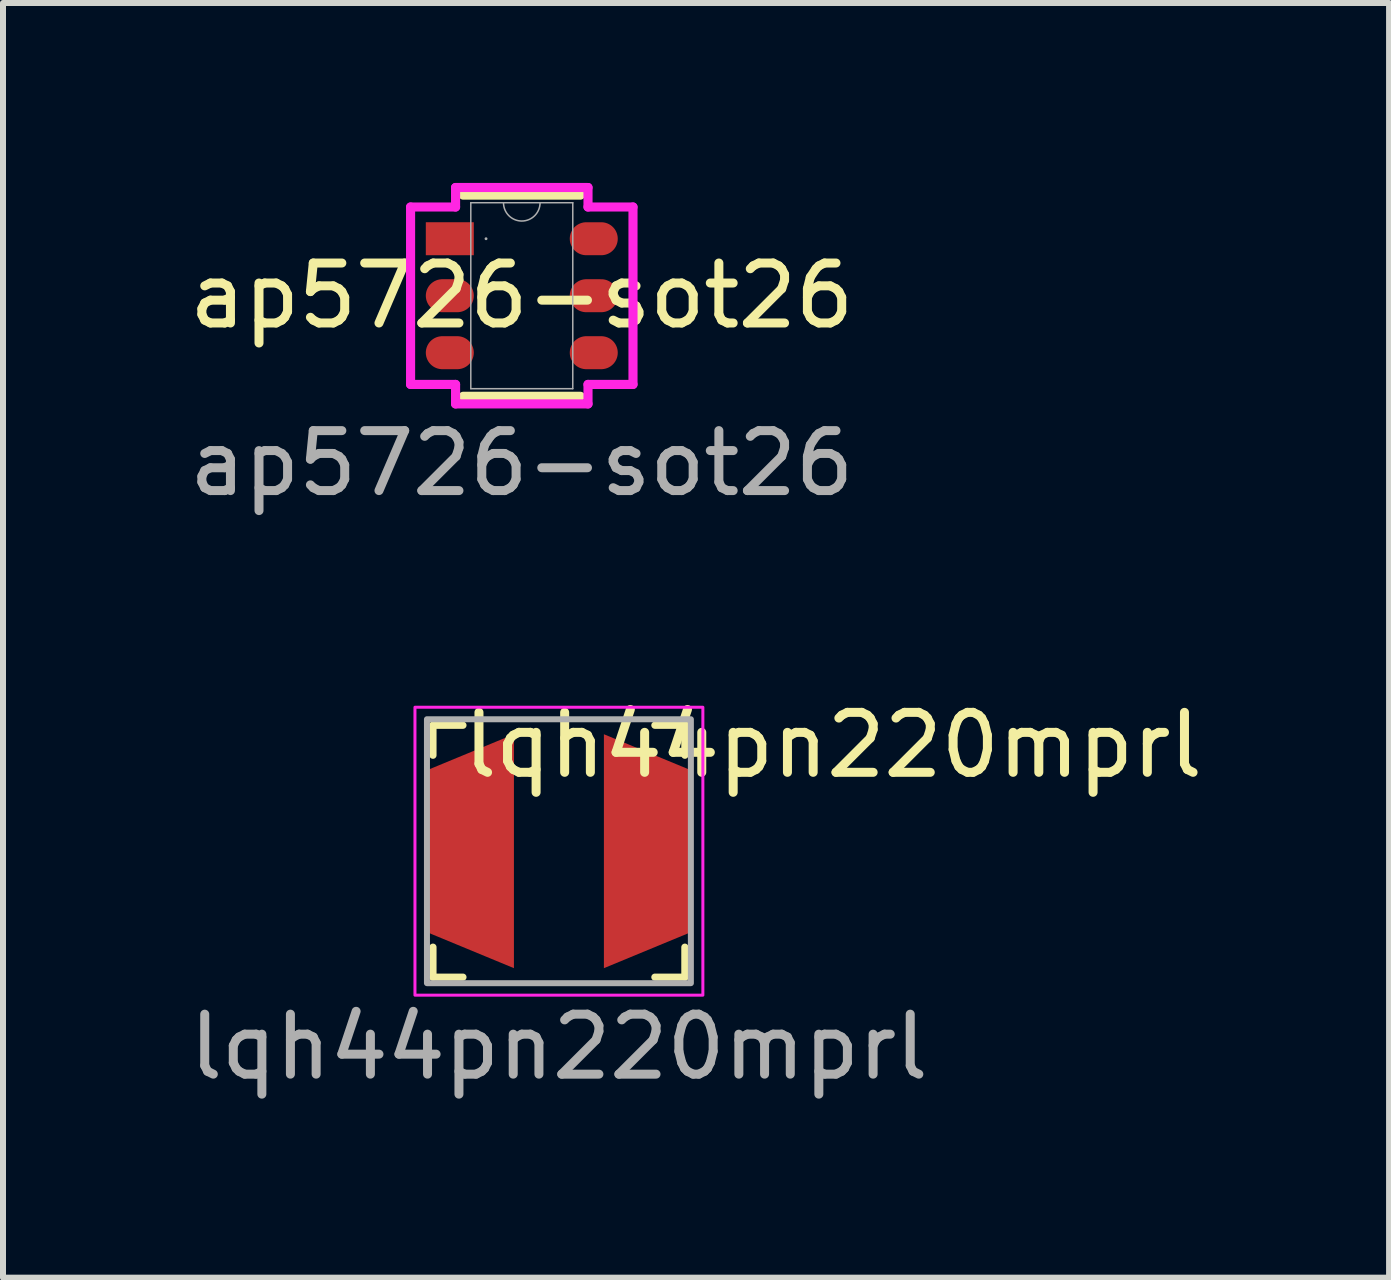
<source format=kicad_pcb>
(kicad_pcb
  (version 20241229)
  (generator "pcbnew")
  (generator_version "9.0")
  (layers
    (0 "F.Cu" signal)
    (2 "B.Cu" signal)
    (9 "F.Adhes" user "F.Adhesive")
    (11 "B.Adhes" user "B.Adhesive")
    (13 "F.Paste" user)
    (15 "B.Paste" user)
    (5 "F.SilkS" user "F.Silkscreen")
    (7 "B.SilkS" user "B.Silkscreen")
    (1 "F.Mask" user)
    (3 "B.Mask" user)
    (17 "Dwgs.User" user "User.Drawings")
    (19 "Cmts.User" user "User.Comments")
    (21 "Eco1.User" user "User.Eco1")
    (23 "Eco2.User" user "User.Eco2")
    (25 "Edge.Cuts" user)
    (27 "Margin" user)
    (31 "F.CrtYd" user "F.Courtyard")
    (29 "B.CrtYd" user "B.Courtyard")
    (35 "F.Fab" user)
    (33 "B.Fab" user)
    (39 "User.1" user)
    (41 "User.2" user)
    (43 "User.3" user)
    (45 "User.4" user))
  (footprint "lqh44pn220mprl"
    (layer "F.Cu")
    (at 6.268 11.141)
    (property "Reference" "lqh44pn220mprl" (at 4.572 -1.77 0) (unlocked yes) (layer "F.SilkS") (effects (font (size 1 1) (thickness 0.15))))
    (attr smd)
    (fp_line (start -2.1 -2.1) (end -2.1 -1.6) (stroke (width 0.12) (type default)) (layer "F.SilkS"))
    (fp_line (start -2.1 1.6) (end -2.1 2.1) (stroke (width 0.12) (type default)) (layer "F.SilkS"))
    (fp_line (start -2.1 2.1) (end -1.6 2.1) (stroke (width 0.12) (type default)) (layer "F.SilkS"))
    (fp_line (start -1.6 -2.1) (end -2.1 -2.1) (stroke (width 0.12) (type default)) (layer "F.SilkS"))
    (fp_line (start 1.6 -2.1) (end 2.1 -2.1) (stroke (width 0.12) (type default)) (layer "F.SilkS"))
    (fp_line (start 2.1 -2.1) (end 2.1 -1.6) (stroke (width 0.12) (type default)) (layer "F.SilkS"))
    (fp_line (start 2.1 1.6) (end 2.1 2.1) (stroke (width 0.12) (type default)) (layer "F.SilkS"))
    (fp_line (start 2.1 2.1) (end 1.6 2.1) (stroke (width 0.12) (type default)) (layer "F.SilkS"))
    (fp_rect (start -2.4 -2.4) (end 2.4 2.4) (stroke (width 0.05) (type default)) (fill no) (layer "F.CrtYd"))
    (fp_rect (start -2.2 -2.2) (end 2.2 2.2) (stroke (width 0.1) (type default)) (fill no) (layer "F.Fab"))
    (fp_text user "${REFERENCE}" (at 0 3.262 0) (unlocked yes) (layer "F.Fab") (effects (font (size 1 1) (thickness 0.15))))
    (pad "1" smd trapezoid (at 1.475 0) (size 1.45 3.3) (rect_delta 0.6 0) (layers "F.Cu" "F.Mask" "B.Adhes" "F.Paste"))
    (pad "2" smd trapezoid (at -1.475 0) (size 1.45 3.3) (rect_delta -0.6 0) (layers "F.Cu" "F.Mask" "F.Paste")))
  (footprint "ap5726-sot26"
    (layer "F.Cu")
    (at 5.649 1.88)
    (property "Reference" "ap5726-sot26" (at 0 0 0) (unlocked yes) (layer "F.SilkS") (effects (font (size 1 1) (thickness 0.15))))
    (attr smd)
    (fp_line (start -0.977 1.677) (end 0.977 1.677) (stroke (width 0.152) (type solid)) (layer "F.SilkS"))
    (fp_line (start 0.977 -1.677) (end -0.977 -1.677) (stroke (width 0.152) (type solid)) (layer "F.SilkS"))
    (fp_line (start -1.854 -1.479) (end -1.104 -1.479) (stroke (width 0.152) (type solid)) (layer "F.CrtYd"))
    (fp_line (start -1.854 1.479) (end -1.854 -1.479) (stroke (width 0.152) (type solid)) (layer "F.CrtYd"))
    (fp_line (start -1.854 1.479) (end -1.104 1.479) (stroke (width 0.152) (type solid)) (layer "F.CrtYd"))
    (fp_line (start -1.104 -1.804) (end 1.104 -1.804) (stroke (width 0.152) (type solid)) (layer "F.CrtYd"))
    (fp_line (start -1.104 -1.479) (end -1.104 -1.804) (stroke (width 0.152) (type solid)) (layer "F.CrtYd"))
    (fp_line (start -1.104 1.804) (end -1.104 1.479) (stroke (width 0.152) (type solid)) (layer "F.CrtYd"))
    (fp_line (start 1.104 -1.804) (end 1.104 -1.479) (stroke (width 0.152) (type solid)) (layer "F.CrtYd"))
    (fp_line (start 1.104 1.479) (end 1.104 1.804) (stroke (width 0.152) (type solid)) (layer "F.CrtYd"))
    (fp_line (start 1.104 1.804) (end -1.104 1.804) (stroke (width 0.152) (type solid)) (layer "F.CrtYd"))
    (fp_line (start 1.854 -1.479) (end 1.104 -1.479) (stroke (width 0.152) (type solid)) (layer "F.CrtYd"))
    (fp_line (start 1.854 -1.479) (end 1.854 1.479) (stroke (width 0.152) (type solid)) (layer "F.CrtYd"))
    (fp_line (start 1.854 1.479) (end 1.104 1.479) (stroke (width 0.152) (type solid)) (layer "F.CrtYd"))
    (fp_line (start -0.85 -1.55) (end -0.85 1.55) (stroke (width 0.025) (type solid)) (layer "F.Fab"))
    (fp_line (start -0.85 1.55) (end 0.85 1.55) (stroke (width 0.025) (type solid)) (layer "F.Fab"))
    (fp_line (start 0.85 -1.55) (end -0.85 -1.55) (stroke (width 0.025) (type solid)) (layer "F.Fab"))
    (fp_line (start 0.85 1.55) (end 0.85 -1.55) (stroke (width 0.025) (type solid)) (layer "F.Fab"))
    (fp_arc (start 0.3048 -1.549999) (mid 0 -1.245199) (end -0.3048 -1.549999) (stroke (width 0.0254) (type solid)) (layer "F.Fab"))
    (fp_circle (center -0.596 -0.95) (end -0.596 -0.95) (stroke (width 0.025) (type solid)) (fill no) (layer "F.Fab"))
    (fp_text user "${REFERENCE}" (at 0 2.794 0) (unlocked yes) (layer "F.Fab") (effects (font (size 1 1) (thickness 0.15))))
    (pad "1" smd rect (at -1.2 -0.95) (size 0.8 0.55) (layers "F.Cu" "F.Mask" "F.Paste"))
    (pad "2" smd oval (at -1.2 0) (size 0.8 0.55) (layers "F.Cu" "F.Mask" "F.Paste"))
    (pad "3" smd oval (at -1.2 0.95) (size 0.8 0.55) (layers "F.Cu" "F.Mask" "F.Paste"))
    (pad "4" smd oval (at 1.2 0.95) (size 0.8 0.55) (layers "F.Cu" "F.Mask" "F.Paste"))
    (pad "5" smd oval (at 1.2 0) (size 0.8 0.55) (layers "F.Cu" "F.Mask" "F.Paste"))
    (pad "6" smd oval (at 1.2 -0.95) (size 0.8 0.55) (layers "F.Cu" "F.Mask" "F.Paste")))
  (gr_rect
    (start -3 -3)
    (end 20.108 18.251)
    (stroke (width 0.1) (type default))
    (fill no)
    (layer "Edge.Cuts")))
</source>
